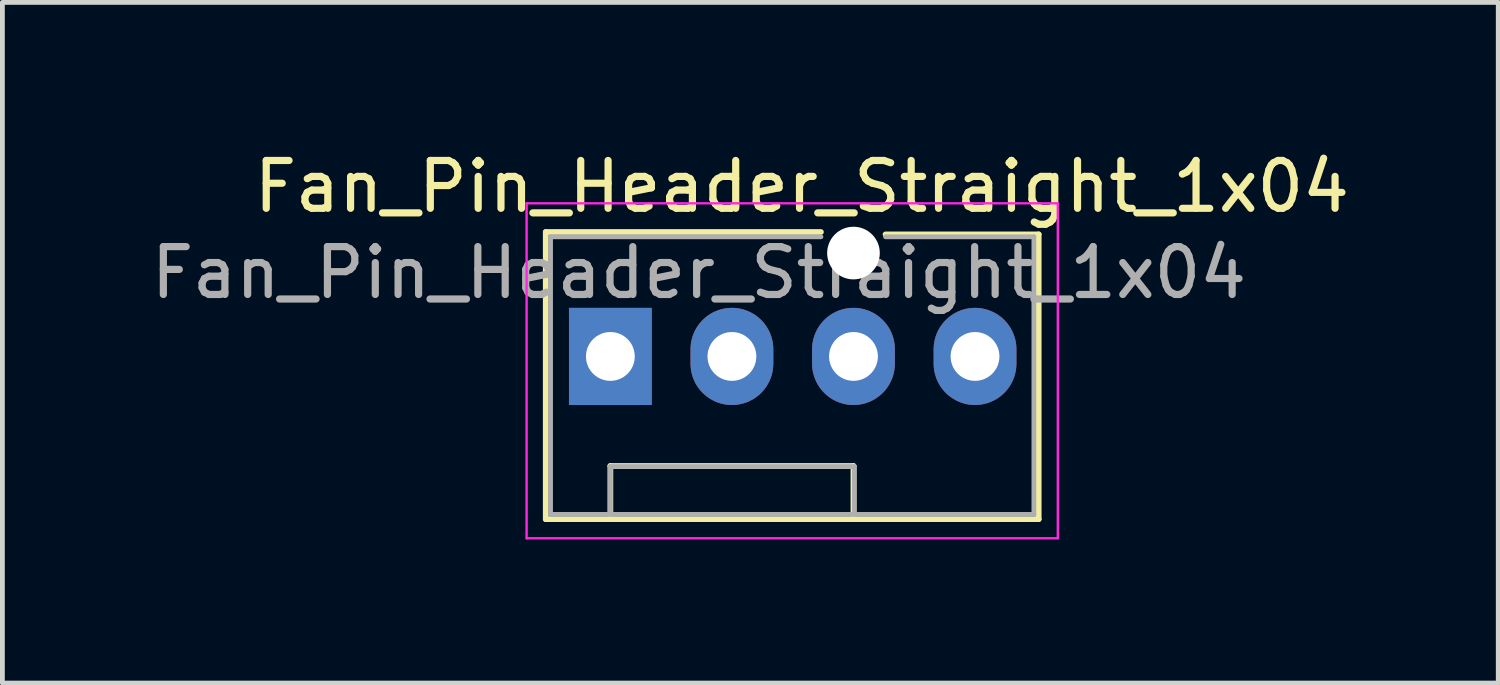
<source format=kicad_pcb>
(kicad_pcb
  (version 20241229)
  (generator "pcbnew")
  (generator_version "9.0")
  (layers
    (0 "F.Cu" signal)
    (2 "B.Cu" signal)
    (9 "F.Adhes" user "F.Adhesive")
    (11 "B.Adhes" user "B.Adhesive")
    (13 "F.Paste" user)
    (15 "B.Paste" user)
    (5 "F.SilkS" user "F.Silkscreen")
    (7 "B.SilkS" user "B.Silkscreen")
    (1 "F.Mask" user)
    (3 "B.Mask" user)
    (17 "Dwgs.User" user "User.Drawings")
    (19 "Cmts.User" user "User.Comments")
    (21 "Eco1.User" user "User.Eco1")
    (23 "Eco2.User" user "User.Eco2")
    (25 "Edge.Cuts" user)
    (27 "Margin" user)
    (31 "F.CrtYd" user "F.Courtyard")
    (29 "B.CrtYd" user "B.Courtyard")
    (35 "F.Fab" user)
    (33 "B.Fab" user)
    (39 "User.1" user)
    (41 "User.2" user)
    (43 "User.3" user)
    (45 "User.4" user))
  (footprint "Fan_Pin_Header_Straight_1x04"
    (layer "F.Cu")
    (at 9.704 4.398)
    (property "Reference" "Fan_Pin_Header_Straight_1x04" (at 4 -3.55 0) (layer "F.SilkS") (effects (font (size 1 1) (thickness 0.15))))
    (attr through_hole)
    (fp_line (start -1.35 -2.6) (end 4.4 -2.6) (stroke (width 0.12) (type solid)) (layer "F.SilkS"))
    (fp_line (start -1.35 3.4) (end -1.35 -2.6) (stroke (width 0.12) (type solid)) (layer "F.SilkS"))
    (fp_line (start 0 2.29) (end 5.08 2.29) (stroke (width 0.12) (type solid)) (layer "F.SilkS"))
    (fp_line (start 0 3.3) (end 0 2.29) (stroke (width 0.12) (type solid)) (layer "F.SilkS"))
    (fp_line (start 5.08 2.29) (end 5.08 3.3) (stroke (width 0.12) (type solid)) (layer "F.SilkS"))
    (fp_line (start 5.75 -2.55) (end 8.95 -2.55) (stroke (width 0.12) (type solid)) (layer "F.SilkS"))
    (fp_line (start 8.95 -2.55) (end 8.95 3.4) (stroke (width 0.12) (type solid)) (layer "F.SilkS"))
    (fp_line (start 8.95 3.4) (end -1.35 3.4) (stroke (width 0.12) (type solid)) (layer "F.SilkS"))
    (fp_line (start -1.75 3.8) (end -1.75 -3.2) (stroke (width 0.05) (type solid)) (layer "F.CrtYd"))
    (fp_line (start -1.75 3.8) (end 9.35 3.8) (stroke (width 0.05) (type solid)) (layer "F.CrtYd"))
    (fp_line (start 9.35 -3.2) (end -1.75 -3.2) (stroke (width 0.05) (type solid)) (layer "F.CrtYd"))
    (fp_line (start 9.35 -3.2) (end 9.35 3.8) (stroke (width 0.05) (type solid)) (layer "F.CrtYd"))
    (fp_line (start -1.25 -2.5) (end 4.4 -2.5) (stroke (width 0.1) (type solid)) (layer "F.Fab"))
    (fp_line (start -1.25 3.3) (end -1.25 -2.5) (stroke (width 0.1) (type solid)) (layer "F.Fab"))
    (fp_line (start -1.2 3.3) (end -1.25 3.3) (stroke (width 0.1) (type solid)) (layer "F.Fab"))
    (fp_line (start 0 2.3) (end 0 3.3) (stroke (width 0.1) (type solid)) (layer "F.Fab"))
    (fp_line (start 5.1 2.3) (end 0 2.3) (stroke (width 0.1) (type solid)) (layer "F.Fab"))
    (fp_line (start 5.1 3.3) (end 5.1 2.3) (stroke (width 0.1) (type solid)) (layer "F.Fab"))
    (fp_line (start 5.75 -2.5) (end 8.85 -2.5) (stroke (width 0.1) (type solid)) (layer "F.Fab"))
    (fp_line (start 8.85 -2.5) (end 8.85 3.3) (stroke (width 0.1) (type solid)) (layer "F.Fab"))
    (fp_line (start 8.85 3.3) (end -1.2 3.3) (stroke (width 0.1) (type solid)) (layer "F.Fab"))
    (fp_text user "${REFERENCE}" (at 1.85 -1.75 0) (layer "F.Fab") (effects (font (size 1 1) (thickness 0.15))))
    (pad "" np_thru_hole circle (at 5.08 -2.16 90) (size 1.1 1.1) (drill 1.1) (layers "*.Cu" "*.Mask"))
    (pad "1" thru_hole rect (at 0 0 90) (size 2.03 1.73) (drill 1.02) (layers "*.Cu" "*.Mask"))
    (pad "2" thru_hole oval (at 2.54 0 90) (size 2.03 1.73) (drill 1.02) (layers "*.Cu" "*.Mask"))
    (pad "3" thru_hole oval (at 5.08 0 90) (size 2.03 1.73) (drill 1.02) (layers "*.Cu" "*.Mask"))
    (pad "4" thru_hole oval (at 7.62 0 90) (size 2.03 1.73) (drill 1.02) (layers "*.Cu" "*.Mask")))
  (gr_rect
    (start -3 -3)
    (end 28.257 11.223)
    (stroke (width 0.1) (type default))
    (fill no)
    (layer "Edge.Cuts")))
</source>
